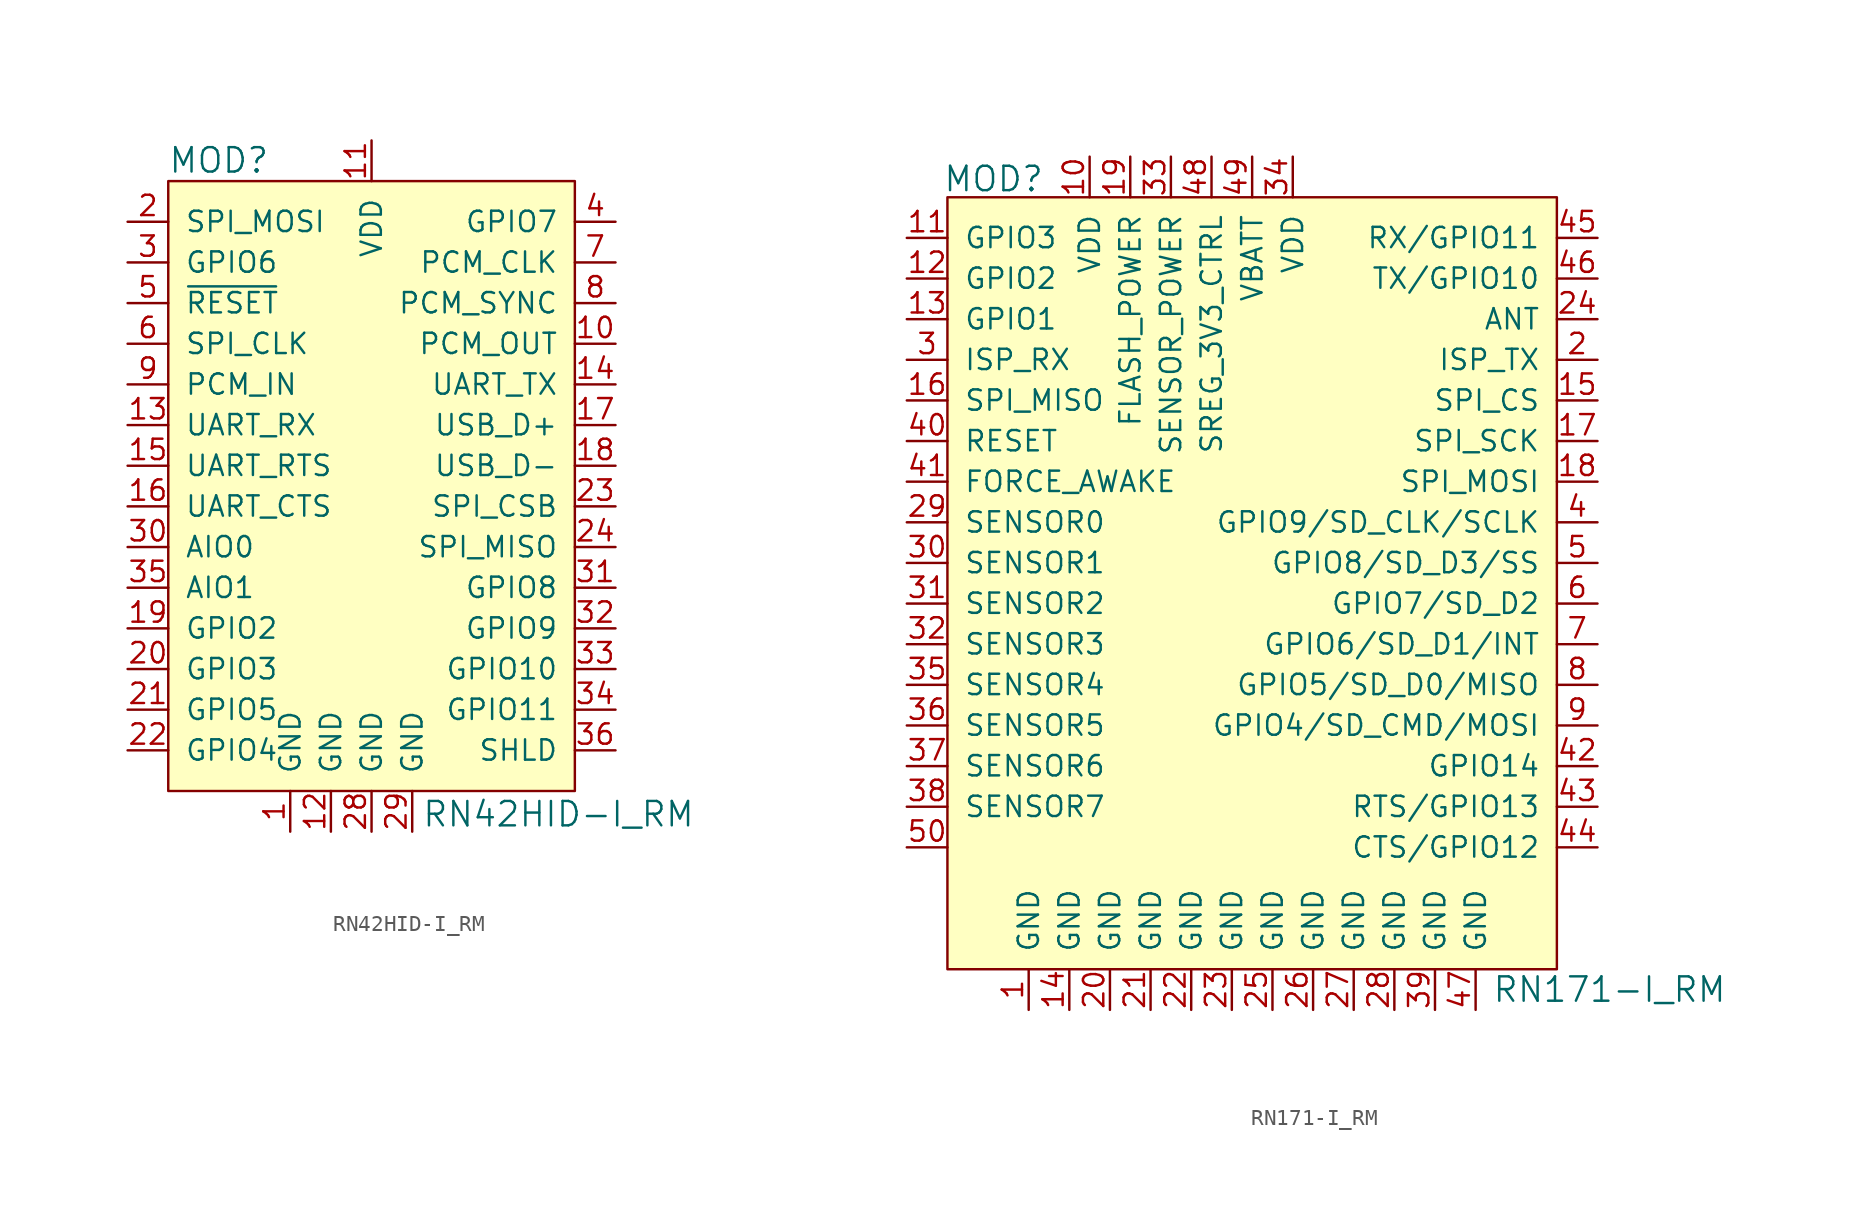
<source format=kicad_sym>
(kicad_symbol_lib
  (version 20231120)
  (generator "kicad_symbol_editor")
  (generator_version "8.0")
  (symbol "RN42HID-I_RM"
    (pin_names
      (offset 1.016))
    (property "Reference" "MOD"
      (at -12.725 16.535 0)
      (effects (font (size 1.524 1.524)) (justify left)))
    (property "Value" "RN42HID-I_RM"
      (at 3.124 -24.308 0)
      (effects (font (size 1.524 1.524)) (justify left)))
    (symbol "RN42HID-I_RM_1_0"
      (pin unspecified line (at 15.24 -20.32 180) (length 2.54) (name "SHLD" (effects (font (size 1.27 1.27)))) (number "36" (effects (font (size 1.27 1.27))))))
    (symbol "RN42HID-I_RM_1_1"
      (rectangle (start -12.7 15.24) (end 12.7 -22.86) (stroke (width 0) (type default)) (fill (type background)))
      (pin power_in line (at -5.08 -25.4 90) (length 2.54) (name "GND" (effects (font (size 1.27 1.27)))) (number "1" (effects (font (size 1.27 1.27)))))
      (pin output line (at 15.24 5.08 180) (length 2.54) (name "PCM_OUT" (effects (font (size 1.27 1.27)))) (number "10" (effects (font (size 1.27 1.27)))))
      (pin power_in line (at 0 17.78 270) (length 2.54) (name "VDD" (effects (font (size 1.27 1.27)))) (number "11" (effects (font (size 1.27 1.27)))))
      (pin power_in line (at -2.54 -25.4 90) (length 2.54) (name "GND" (effects (font (size 1.27 1.27)))) (number "12" (effects (font (size 1.27 1.27)))))
      (pin input line (at -15.24 0 0) (length 2.54) (name "UART_RX" (effects (font (size 1.27 1.27)))) (number "13" (effects (font (size 1.27 1.27)))))
      (pin output line (at 15.24 2.54 180) (length 2.54) (name "UART_TX" (effects (font (size 1.27 1.27)))) (number "14" (effects (font (size 1.27 1.27)))))
      (pin input line (at -15.24 -2.54 0) (length 2.54) (name "UART_RTS" (effects (font (size 1.27 1.27)))) (number "15" (effects (font (size 1.27 1.27)))))
      (pin output line (at -15.24 -5.08 0) (length 2.54) (name "UART_CTS" (effects (font (size 1.27 1.27)))) (number "16" (effects (font (size 1.27 1.27)))))
      (pin bidirectional line (at 15.24 0 180) (length 2.54) (name "USB_D+" (effects (font (size 1.27 1.27)))) (number "17" (effects (font (size 1.27 1.27)))))
      (pin bidirectional line (at 15.24 -2.54 180) (length 2.54) (name "USB_D-" (effects (font (size 1.27 1.27)))) (number "18" (effects (font (size 1.27 1.27)))))
      (pin bidirectional line (at -15.24 -12.7 0) (length 2.54) (name "GPIO2" (effects (font (size 1.27 1.27)))) (number "19" (effects (font (size 1.27 1.27)))))
      (pin input line (at -15.24 12.7 0) (length 2.54) (name "SPI_MOSI" (effects (font (size 1.27 1.27)))) (number "2" (effects (font (size 1.27 1.27)))))
      (pin bidirectional line (at -15.24 -15.24 0) (length 2.54) (name "GPIO3" (effects (font (size 1.27 1.27)))) (number "20" (effects (font (size 1.27 1.27)))))
      (pin bidirectional line (at -15.24 -17.78 0) (length 2.54) (name "GPIO5" (effects (font (size 1.27 1.27)))) (number "21" (effects (font (size 1.27 1.27)))))
      (pin bidirectional line (at -15.24 -20.32 0) (length 2.54) (name "GPIO4" (effects (font (size 1.27 1.27)))) (number "22" (effects (font (size 1.27 1.27)))))
      (pin bidirectional line (at 15.24 -5.08 180) (length 2.54) (name "SPI_CSB" (effects (font (size 1.27 1.27)))) (number "23" (effects (font (size 1.27 1.27)))))
      (pin bidirectional line (at 15.24 -7.62 180) (length 2.54) (name "SPI_MISO" (effects (font (size 1.27 1.27)))) (number "24" (effects (font (size 1.27 1.27)))))
      (pin power_in line (at 0 -25.4 90) (length 2.54) (name "GND" (effects (font (size 1.27 1.27)))) (number "28" (effects (font (size 1.27 1.27)))))
      (pin power_in line (at 2.54 -25.4 90) (length 2.54) (name "GND" (effects (font (size 1.27 1.27)))) (number "29" (effects (font (size 1.27 1.27)))))
      (pin input line (at -15.24 10.16 0) (length 2.54) (name "GPIO6" (effects (font (size 1.27 1.27)))) (number "3" (effects (font (size 1.27 1.27)))))
      (pin input line (at -15.24 -7.62 0) (length 2.54) (name "AIO0" (effects (font (size 1.27 1.27)))) (number "30" (effects (font (size 1.27 1.27)))))
      (pin output line (at 15.24 -10.16 180) (length 2.54) (name "GPIO8" (effects (font (size 1.27 1.27)))) (number "31" (effects (font (size 1.27 1.27)))))
      (pin bidirectional line (at 15.24 -12.7 180) (length 2.54) (name "GPIO9" (effects (font (size 1.27 1.27)))) (number "32" (effects (font (size 1.27 1.27)))))
      (pin bidirectional line (at 15.24 -15.24 180) (length 2.54) (name "GPIO10" (effects (font (size 1.27 1.27)))) (number "33" (effects (font (size 1.27 1.27)))))
      (pin bidirectional line (at 15.24 -17.78 180) (length 2.54) (name "GPIO11" (effects (font (size 1.27 1.27)))) (number "34" (effects (font (size 1.27 1.27)))))
      (pin input line (at -15.24 -10.16 0) (length 2.54) (name "AIO1" (effects (font (size 1.27 1.27)))) (number "35" (effects (font (size 1.27 1.27)))))
      (pin bidirectional line (at 15.24 12.7 180) (length 2.54) (name "GPIO7" (effects (font (size 1.27 1.27)))) (number "4" (effects (font (size 1.27 1.27)))))
      (pin input line (at -15.24 7.62 0) (length 2.54) (name "~{RESET}" (effects (font (size 1.27 1.27)))) (number "5" (effects (font (size 1.27 1.27)))))
      (pin input line (at -15.24 5.08 0) (length 2.54) (name "SPI_CLK" (effects (font (size 1.27 1.27)))) (number "6" (effects (font (size 1.27 1.27)))))
      (pin bidirectional line (at 15.24 10.16 180) (length 2.54) (name "PCM_CLK" (effects (font (size 1.27 1.27)))) (number "7" (effects (font (size 1.27 1.27)))))
      (pin bidirectional line (at 15.24 7.62 180) (length 2.54) (name "PCM_SYNC" (effects (font (size 1.27 1.27)))) (number "8" (effects (font (size 1.27 1.27)))))
      (pin input line (at -15.24 2.54 0) (length 2.54) (name "PCM_IN" (effects (font (size 1.27 1.27)))) (number "9" (effects (font (size 1.27 1.27)))))))
  (symbol "RN171-I_RM"
    (pin_names
      (offset 1.016))
    (property "Reference" "MOD"
      (at -14.249 16.383 0)
      (effects (font (size 1.524 1.524)) (justify right)))
    (property "Value" "RN171-I_RM"
      (at 13.716 -34.29 0)
      (effects (font (size 1.524 1.524)) (justify left)))
    (symbol "RN171-I_RM_1_1"
      (rectangle (start -20.32 15.24) (end 17.78 -33.02) (stroke (width 0) (type default)) (fill (type background)))
      (pin power_in line (at -15.24 -35.56 90) (length 2.54) (name "GND" (effects (font (size 1.27 1.27)))) (number "1" (effects (font (size 1.27 1.27)))))
      (pin power_in line (at -11.43 17.78 270) (length 2.54) (name "VDD" (effects (font (size 1.27 1.27)))) (number "10" (effects (font (size 1.27 1.27)))))
      (pin bidirectional line (at -22.86 12.7 0) (length 2.54) (name "GPIO3" (effects (font (size 1.27 1.27)))) (number "11" (effects (font (size 1.27 1.27)))))
      (pin bidirectional line (at -22.86 10.16 0) (length 2.54) (name "GPIO2" (effects (font (size 1.27 1.27)))) (number "12" (effects (font (size 1.27 1.27)))))
      (pin bidirectional line (at -22.86 7.62 0) (length 2.54) (name "GPIO1" (effects (font (size 1.27 1.27)))) (number "13" (effects (font (size 1.27 1.27)))))
      (pin power_in line (at -12.7 -35.56 90) (length 2.54) (name "GND" (effects (font (size 1.27 1.27)))) (number "14" (effects (font (size 1.27 1.27)))))
      (pin output line (at 20.32 2.54 180) (length 2.54) (name "SPI_CS" (effects (font (size 1.27 1.27)))) (number "15" (effects (font (size 1.27 1.27)))))
      (pin input line (at -22.86 2.54 0) (length 2.54) (name "SPI_MISO" (effects (font (size 1.27 1.27)))) (number "16" (effects (font (size 1.27 1.27)))))
      (pin output line (at 20.32 0 180) (length 2.54) (name "SPI_SCK" (effects (font (size 1.27 1.27)))) (number "17" (effects (font (size 1.27 1.27)))))
      (pin output line (at 20.32 -2.54 180) (length 2.54) (name "SPI_MOSI" (effects (font (size 1.27 1.27)))) (number "18" (effects (font (size 1.27 1.27)))))
      (pin power_in line (at -8.89 17.78 270) (length 2.54) (name "FLASH_POWER" (effects (font (size 1.27 1.27)))) (number "19" (effects (font (size 1.27 1.27)))))
      (pin output line (at 20.32 5.08 180) (length 2.54) (name "ISP_TX" (effects (font (size 1.27 1.27)))) (number "2" (effects (font (size 1.27 1.27)))))
      (pin power_in line (at -10.16 -35.56 90) (length 2.54) (name "GND" (effects (font (size 1.27 1.27)))) (number "20" (effects (font (size 1.27 1.27)))))
      (pin power_in line (at -7.62 -35.56 90) (length 2.54) (name "GND" (effects (font (size 1.27 1.27)))) (number "21" (effects (font (size 1.27 1.27)))))
      (pin power_in line (at -5.08 -35.56 90) (length 2.54) (name "GND" (effects (font (size 1.27 1.27)))) (number "22" (effects (font (size 1.27 1.27)))))
      (pin power_in line (at -2.54 -35.56 90) (length 2.54) (name "GND" (effects (font (size 1.27 1.27)))) (number "23" (effects (font (size 1.27 1.27)))))
      (pin bidirectional line (at 20.32 7.62 180) (length 2.54) (name "ANT" (effects (font (size 1.27 1.27)))) (number "24" (effects (font (size 1.27 1.27)))))
      (pin power_in line (at 0 -35.56 90) (length 2.54) (name "GND" (effects (font (size 1.27 1.27)))) (number "25" (effects (font (size 1.27 1.27)))))
      (pin power_in line (at 2.54 -35.56 90) (length 2.54) (name "GND" (effects (font (size 1.27 1.27)))) (number "26" (effects (font (size 1.27 1.27)))))
      (pin power_in line (at 5.08 -35.56 90) (length 2.54) (name "GND" (effects (font (size 1.27 1.27)))) (number "27" (effects (font (size 1.27 1.27)))))
      (pin power_in line (at 7.62 -35.56 90) (length 2.54) (name "GND" (effects (font (size 1.27 1.27)))) (number "28" (effects (font (size 1.27 1.27)))))
      (pin input line (at -22.86 -5.08 0) (length 2.54) (name "SENSOR0" (effects (font (size 1.27 1.27)))) (number "29" (effects (font (size 1.27 1.27)))))
      (pin input line (at -22.86 5.08 0) (length 2.54) (name "ISP_RX" (effects (font (size 1.27 1.27)))) (number "3" (effects (font (size 1.27 1.27)))))
      (pin input line (at -22.86 -7.62 0) (length 2.54) (name "SENSOR1" (effects (font (size 1.27 1.27)))) (number "30" (effects (font (size 1.27 1.27)))))
      (pin input line (at -22.86 -10.16 0) (length 2.54) (name "SENSOR2" (effects (font (size 1.27 1.27)))) (number "31" (effects (font (size 1.27 1.27)))))
      (pin input line (at -22.86 -12.7 0) (length 2.54) (name "SENSOR3" (effects (font (size 1.27 1.27)))) (number "32" (effects (font (size 1.27 1.27)))))
      (pin power_in line (at -6.35 17.78 270) (length 2.54) (name "SENSOR_POWER" (effects (font (size 1.27 1.27)))) (number "33" (effects (font (size 1.27 1.27)))))
      (pin power_in line (at 1.27 17.78 270) (length 2.54) (name "VDD" (effects (font (size 1.27 1.27)))) (number "34" (effects (font (size 1.27 1.27)))))
      (pin input line (at -22.86 -15.24 0) (length 2.54) (name "SENSOR4" (effects (font (size 1.27 1.27)))) (number "35" (effects (font (size 1.27 1.27)))))
      (pin input line (at -22.86 -17.78 0) (length 2.54) (name "SENSOR5" (effects (font (size 1.27 1.27)))) (number "36" (effects (font (size 1.27 1.27)))))
      (pin input line (at -22.86 -20.32 0) (length 2.54) (name "SENSOR6" (effects (font (size 1.27 1.27)))) (number "37" (effects (font (size 1.27 1.27)))))
      (pin input line (at -22.86 -22.86 0) (length 2.54) (name "SENSOR7" (effects (font (size 1.27 1.27)))) (number "38" (effects (font (size 1.27 1.27)))))
      (pin power_in line (at 10.16 -35.56 90) (length 2.54) (name "GND" (effects (font (size 1.27 1.27)))) (number "39" (effects (font (size 1.27 1.27)))))
      (pin bidirectional line (at 20.32 -5.08 180) (length 2.54) (name "GPIO9/SD_CLK/SCLK" (effects (font (size 1.27 1.27)))) (number "4" (effects (font (size 1.27 1.27)))))
      (pin input line (at -22.86 0 0) (length 2.54) (name "RESET" (effects (font (size 1.27 1.27)))) (number "40" (effects (font (size 1.27 1.27)))))
      (pin input line (at -22.86 -2.54 0) (length 2.54) (name "FORCE_AWAKE" (effects (font (size 1.27 1.27)))) (number "41" (effects (font (size 1.27 1.27)))))
      (pin bidirectional line (at 20.32 -20.32 180) (length 2.54) (name "GPIO14" (effects (font (size 1.27 1.27)))) (number "42" (effects (font (size 1.27 1.27)))))
      (pin bidirectional line (at 20.32 -22.86 180) (length 2.54) (name "RTS/GPIO13" (effects (font (size 1.27 1.27)))) (number "43" (effects (font (size 1.27 1.27)))))
      (pin bidirectional line (at 20.32 -25.4 180) (length 2.54) (name "CTS/GPIO12" (effects (font (size 1.27 1.27)))) (number "44" (effects (font (size 1.27 1.27)))))
      (pin bidirectional line (at 20.32 12.7 180) (length 2.54) (name "RX/GPIO11" (effects (font (size 1.27 1.27)))) (number "45" (effects (font (size 1.27 1.27)))))
      (pin bidirectional line (at 20.32 10.16 180) (length 2.54) (name "TX/GPIO10" (effects (font (size 1.27 1.27)))) (number "46" (effects (font (size 1.27 1.27)))))
      (pin power_in line (at 12.7 -35.56 90) (length 2.54) (name "GND" (effects (font (size 1.27 1.27)))) (number "47" (effects (font (size 1.27 1.27)))))
      (pin power_in line (at -3.81 17.78 270) (length 2.54) (name "SREG_3V3_CTRL" (effects (font (size 1.27 1.27)))) (number "48" (effects (font (size 1.27 1.27)))))
      (pin power_in line (at -1.27 17.78 270) (length 2.54) (name "VBATT" (effects (font (size 1.27 1.27)))) (number "49" (effects (font (size 1.27 1.27)))))
      (pin bidirectional line (at 20.32 -7.62 180) (length 2.54) (name "GPIO8/SD_D3/SS" (effects (font (size 1.27 1.27)))) (number "5" (effects (font (size 1.27 1.27)))))
      (pin unspecified line (at -22.86 -25.4 0) (length 2.54) (name "~" (effects (font (size 1.27 1.27)))) (number "50" (effects (font (size 1.27 1.27)))))
      (pin bidirectional line (at 20.32 -10.16 180) (length 2.54) (name "GPIO7/SD_D2" (effects (font (size 1.27 1.27)))) (number "6" (effects (font (size 1.27 1.27)))))
      (pin bidirectional line (at 20.32 -12.7 180) (length 2.54) (name "GPIO6/SD_D1/INT" (effects (font (size 1.27 1.27)))) (number "7" (effects (font (size 1.27 1.27)))))
      (pin bidirectional line (at 20.32 -15.24 180) (length 2.54) (name "GPIO5/SD_D0/MISO" (effects (font (size 1.27 1.27)))) (number "8" (effects (font (size 1.27 1.27)))))
      (pin bidirectional line (at 20.32 -17.78 180) (length 2.54) (name "GPIO4/SD_CMD/MOSI" (effects (font (size 1.27 1.27)))) (number "9" (effects (font (size 1.27 1.27))))))))
</source>
